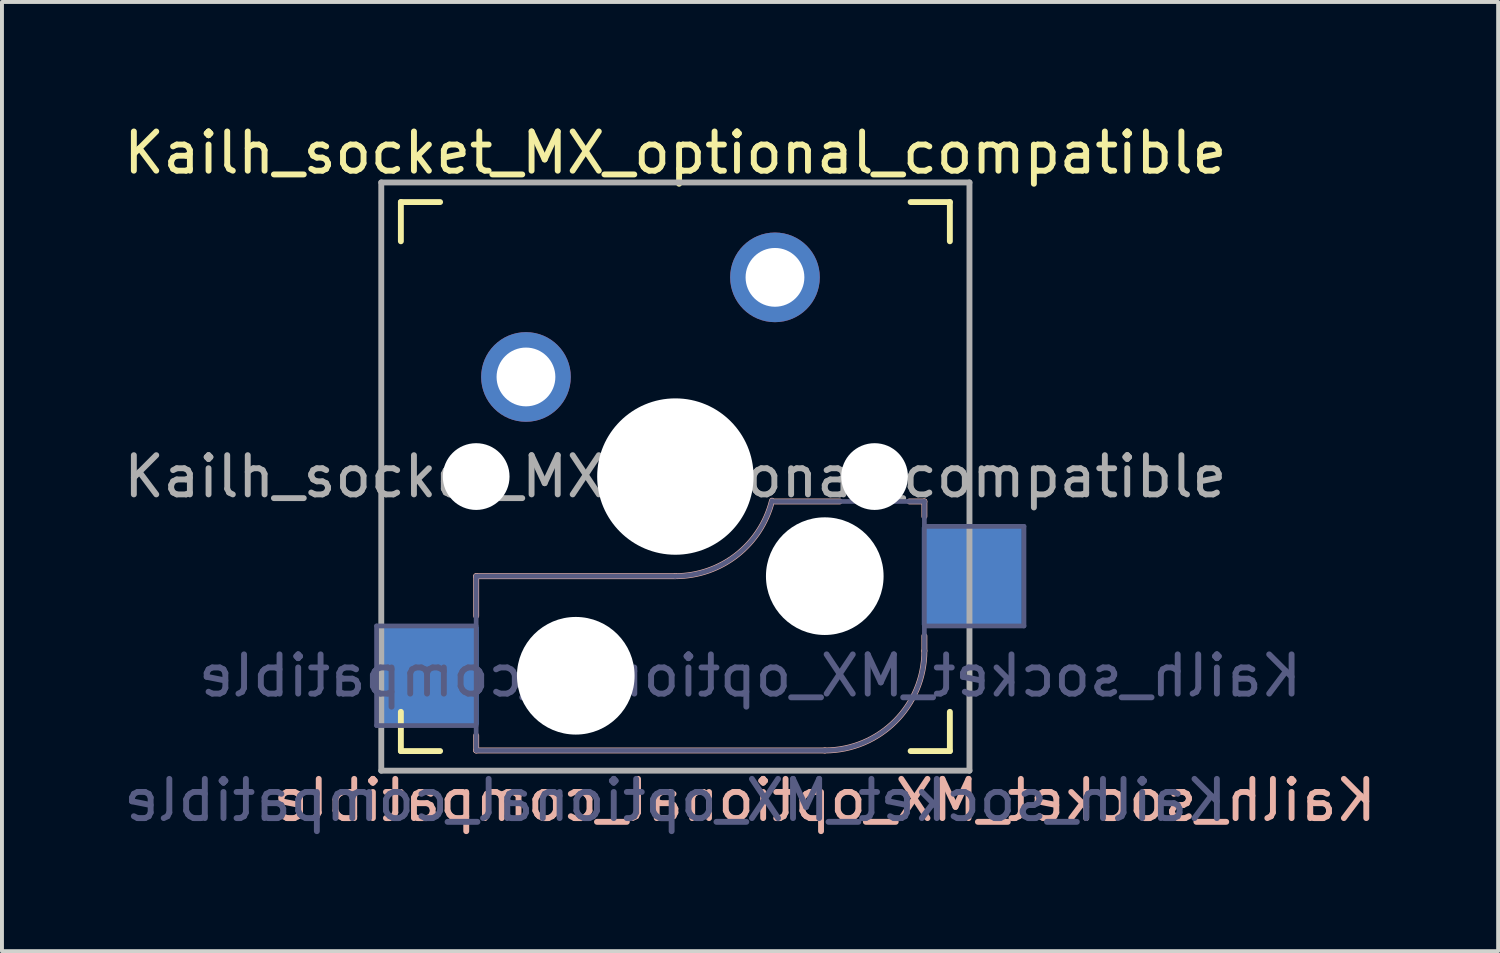
<source format=kicad_pcb>
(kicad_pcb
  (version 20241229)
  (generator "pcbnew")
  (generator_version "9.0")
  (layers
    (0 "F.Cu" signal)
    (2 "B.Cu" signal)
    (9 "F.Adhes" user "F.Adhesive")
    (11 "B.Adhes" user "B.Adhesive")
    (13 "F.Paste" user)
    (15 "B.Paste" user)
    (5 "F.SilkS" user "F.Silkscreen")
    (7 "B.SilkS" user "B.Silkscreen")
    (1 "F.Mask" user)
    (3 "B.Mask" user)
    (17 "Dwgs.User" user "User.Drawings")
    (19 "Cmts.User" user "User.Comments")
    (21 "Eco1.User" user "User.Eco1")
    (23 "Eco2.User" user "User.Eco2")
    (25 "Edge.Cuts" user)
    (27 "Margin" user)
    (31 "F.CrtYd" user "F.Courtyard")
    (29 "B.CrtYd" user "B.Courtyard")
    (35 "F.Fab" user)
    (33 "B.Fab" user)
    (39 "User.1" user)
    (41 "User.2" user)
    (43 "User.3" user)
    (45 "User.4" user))
  (footprint "Kailh_socket_MX_optional_compatible"
    (layer "F.Cu")
    (at 16.713 4.023)
    (property "Reference" "Kailh_socket_MX_optional_compatible" (at -2.54 -3.175 0) (layer "F.SilkS") (effects (font (size 1 1) (thickness 0.15))))
    (property "Value" "Kailh_socket_MX_optional_compatible" (at -2.54 13.335 0) (layer "F.Fab") (hide yes) (effects (font (size 1 1) (thickness 0.15))))
    (attr through_hole)
    (fp_line (start -9.54 -0.92) (end -9.54 -1.92) (stroke (width 0.15) (type solid)) (layer "F.SilkS"))
    (fp_line (start -9.54 12.08) (end -9.54 11.08) (stroke (width 0.15) (type solid)) (layer "F.SilkS"))
    (fp_line (start -9.54 12.08) (end -8.54 12.08) (stroke (width 0.15) (type solid)) (layer "F.SilkS"))
    (fp_line (start -8.54 -1.92) (end -9.54 -1.92) (stroke (width 0.15) (type solid)) (layer "F.SilkS"))
    (fp_line (start 3.46 12.08) (end 4.46 12.08) (stroke (width 0.15) (type solid)) (layer "F.SilkS"))
    (fp_line (start 4.46 -1.92) (end 3.46 -1.92) (stroke (width 0.15) (type solid)) (layer "F.SilkS"))
    (fp_line (start 4.46 -1.92) (end 4.46 -0.92) (stroke (width 0.15) (type solid)) (layer "F.SilkS"))
    (fp_line (start 4.46 11.08) (end 4.46 12.08) (stroke (width 0.15) (type solid)) (layer "F.SilkS"))
    (fp_line (start -7.62 7.62) (end -7.62 8.636) (stroke (width 0.15) (type solid)) (layer "B.SilkS"))
    (fp_line (start -7.62 11.684) (end -7.62 12.065) (stroke (width 0.15) (type solid)) (layer "B.SilkS"))
    (fp_line (start -7.62 12.065) (end 1.27 12.065) (stroke (width 0.15) (type solid)) (layer "B.SilkS"))
    (fp_line (start -2.54 7.62) (end -7.62 7.62) (stroke (width 0.15) (type solid)) (layer "B.SilkS"))
    (fp_line (start 1.651 5.715) (end 0 5.715) (stroke (width 0.15) (type solid)) (layer "B.SilkS"))
    (fp_line (start 3.81 5.715) (end 3.429 5.715) (stroke (width 0.15) (type solid)) (layer "B.SilkS"))
    (fp_line (start 3.81 6.096) (end 3.81 5.715) (stroke (width 0.15) (type solid)) (layer "B.SilkS"))
    (fp_line (start 3.81 9.525) (end 3.81 9.144) (stroke (width 0.15) (type solid)) (layer "B.SilkS"))
    (fp_arc (start -0.075838 5.69604) (mid -0.976853 7.082042) (end -2.54 7.62) (stroke (width 0.15) (type solid)) (layer "B.SilkS"))
    (fp_arc (start 3.81 9.525) (mid 3.066051 11.321051) (end 1.27 12.065) (stroke (width 0.15) (type solid)) (layer "B.SilkS"))
    (fp_line (start -9.44 11.98) (end -9.44 -1.82) (stroke (width 0.15) (type solid)) (layer "Eco2.User"))
    (fp_line (start -9.44 11.98) (end 4.36 11.98) (stroke (width 0.15) (type solid)) (layer "Eco2.User"))
    (fp_line (start 4.36 -1.82) (end -9.44 -1.82) (stroke (width 0.15) (type solid)) (layer "Eco2.User"))
    (fp_line (start 4.36 -1.82) (end 4.36 11.98) (stroke (width 0.15) (type solid)) (layer "Eco2.User"))
    (fp_line (start -10.16 8.89) (end -10.16 11.43) (stroke (width 0.12) (type solid)) (layer "B.Fab"))
    (fp_line (start -10.16 11.43) (end -7.62 11.43) (stroke (width 0.12) (type solid)) (layer "B.Fab"))
    (fp_line (start -7.62 7.62) (end -7.62 12.065) (stroke (width 0.12) (type solid)) (layer "B.Fab"))
    (fp_line (start -7.62 8.89) (end -10.16 8.89) (stroke (width 0.12) (type solid)) (layer "B.Fab"))
    (fp_line (start -7.62 12.065) (end 1.27 12.065) (stroke (width 0.12) (type solid)) (layer "B.Fab"))
    (fp_line (start -2.54 7.62) (end -7.62 7.62) (stroke (width 0.12) (type solid)) (layer "B.Fab"))
    (fp_line (start 3.81 5.715) (end 0 5.715) (stroke (width 0.12) (type solid)) (layer "B.Fab"))
    (fp_line (start 3.81 8.89) (end 6.35 8.89) (stroke (width 0.12) (type solid)) (layer "B.Fab"))
    (fp_line (start 3.81 9.525) (end 3.81 5.715) (stroke (width 0.12) (type solid)) (layer "B.Fab"))
    (fp_line (start 6.35 6.35) (end 3.81 6.35) (stroke (width 0.12) (type solid)) (layer "B.Fab"))
    (fp_line (start 6.35 8.89) (end 6.35 6.35) (stroke (width 0.12) (type solid)) (layer "B.Fab"))
    (fp_arc (start -0.075838 5.69604) (mid -0.976853 7.082042) (end -2.54 7.62) (stroke (width 0.12) (type solid)) (layer "B.Fab"))
    (fp_arc (start 3.81 9.525) (mid 3.066051 11.321051) (end 1.27 12.065) (stroke (width 0.12) (type solid)) (layer "B.Fab"))
    (fp_line (start -10.04 -2.42) (end 4.96 -2.42) (stroke (width 0.15) (type solid)) (layer "F.Fab"))
    (fp_line (start -10.04 12.58) (end -10.04 -2.42) (stroke (width 0.15) (type solid)) (layer "F.Fab"))
    (fp_line (start 4.96 -2.42) (end 4.96 12.58) (stroke (width 0.15) (type solid)) (layer "F.Fab"))
    (fp_line (start 4.96 12.58) (end -10.04 12.58) (stroke (width 0.15) (type solid)) (layer "F.Fab"))
    (fp_text user "${REFERENCE}" (at 1.27 13.335 0) (layer "B.SilkS") (effects (font (size 1 1) (thickness 0.15)) (justify mirror)))
    (fp_text user "${VALUE}" (at -2.54 13.335 0) (layer "B.Fab") (effects (font (size 1 1) (thickness 0.15)) (justify mirror)))
    (fp_text user "${REFERENCE}" (at -0.635 10.16 0) (layer "B.Fab") (effects (font (size 1 1) (thickness 0.15)) (justify mirror)))
    (fp_text user "${REFERENCE}" (at -2.54 5.08 0) (layer "F.Fab") (effects (font (size 1 1) (thickness 0.15))))
    (pad "" np_thru_hole circle (at -7.62 5.08) (size 1.702 1.702) (drill 1.702) (layers "*.Cu" "*.Mask"))
    (pad "" np_thru_hole circle (at -5.08 10.16) (size 3 3) (drill 3) (layers "*.Cu" "*.Mask"))
    (pad "" np_thru_hole circle (at -2.54 5.08) (size 3.988 3.988) (drill 3.988) (layers "*.Cu" "*.Mask"))
    (pad "" np_thru_hole circle (at 1.27 7.62) (size 3 3) (drill 3) (layers "*.Cu" "*.Mask"))
    (pad "" np_thru_hole circle (at 2.54 5.08) (size 1.702 1.702) (drill 1.702) (layers "*.Cu" "*.Mask"))
    (pad "1" thru_hole circle (at 0 0) (size 2.286 2.286) (drill 1.499) (layers "*.Cu" "*.Mask"))
    (pad "1" smd rect (at 5.02 7.62) (size 2.55 2.5) (layers "B.Cu" "B.Mask" "B.Paste"))
    (pad "2" smd rect (at -8.83 10.16) (size 2.55 2.5) (layers "B.Cu" "B.Mask" "B.Paste"))
    (pad "2" thru_hole circle (at -6.35 2.54) (size 2.286 2.286) (drill 1.499) (layers "*.Cu" "*.Mask")))
  (gr_rect
    (start -3 -3)
    (end 35.155 21.206)
    (stroke (width 0.1) (type default))
    (fill no)
    (layer "Edge.Cuts")))
</source>
